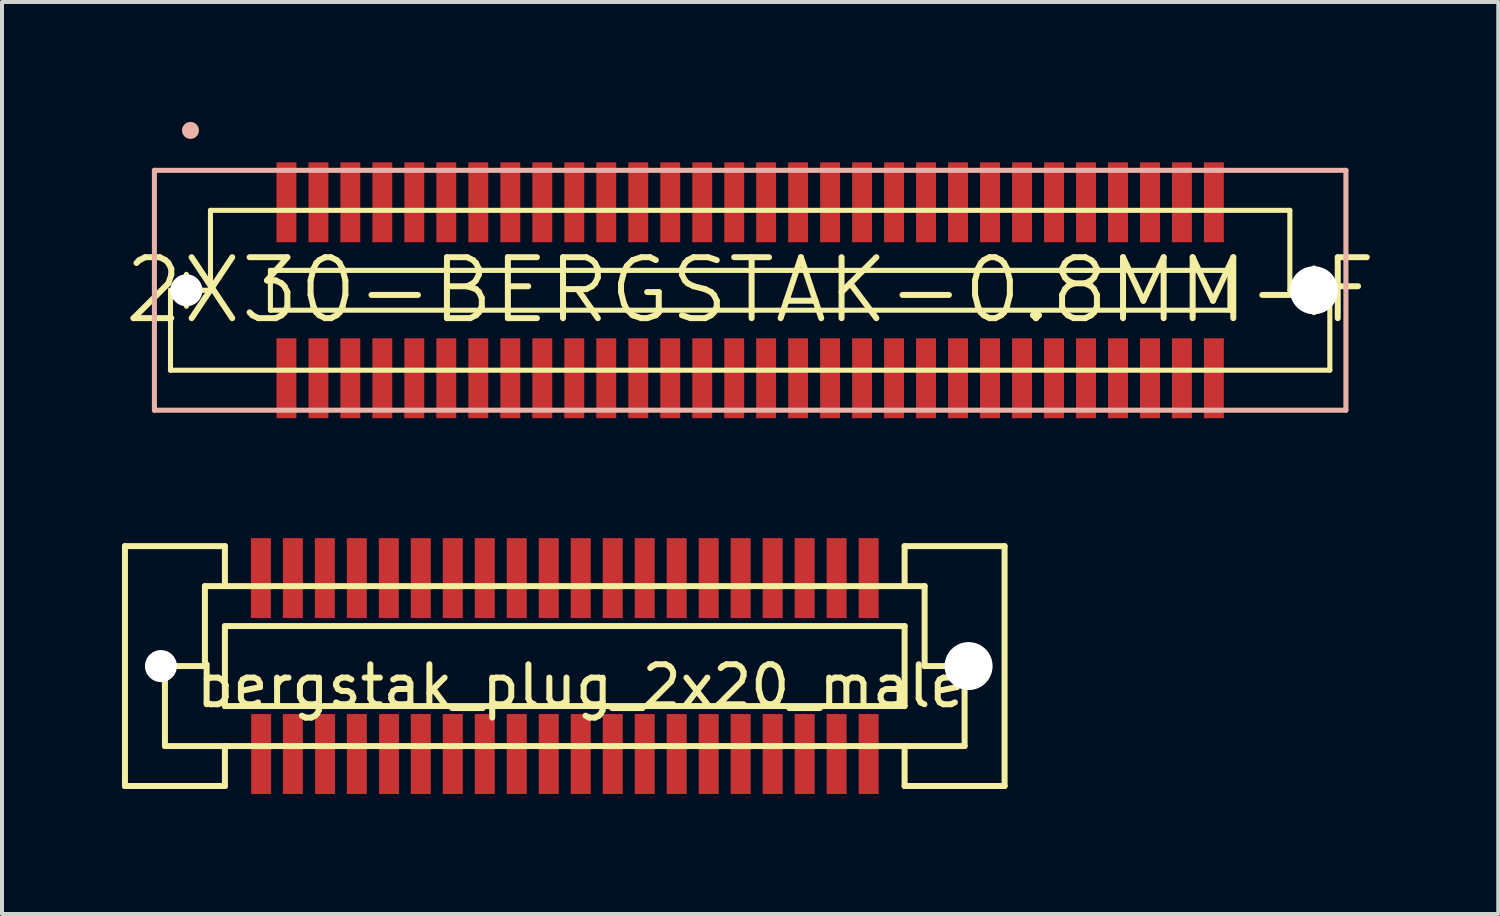
<source format=kicad_pcb>
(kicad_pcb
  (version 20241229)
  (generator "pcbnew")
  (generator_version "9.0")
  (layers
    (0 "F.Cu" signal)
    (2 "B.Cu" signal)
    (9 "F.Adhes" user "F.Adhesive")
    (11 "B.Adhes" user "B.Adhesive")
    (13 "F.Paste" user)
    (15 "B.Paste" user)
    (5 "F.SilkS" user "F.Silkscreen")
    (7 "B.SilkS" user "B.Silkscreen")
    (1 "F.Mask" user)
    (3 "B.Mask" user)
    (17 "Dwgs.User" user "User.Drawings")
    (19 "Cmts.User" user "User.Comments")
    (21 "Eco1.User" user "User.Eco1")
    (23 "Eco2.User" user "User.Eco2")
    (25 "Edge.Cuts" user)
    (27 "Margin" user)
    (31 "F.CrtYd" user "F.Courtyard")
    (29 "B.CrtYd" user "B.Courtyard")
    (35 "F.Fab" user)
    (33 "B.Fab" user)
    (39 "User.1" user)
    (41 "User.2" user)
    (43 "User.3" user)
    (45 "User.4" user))
  (footprint "bergstak_plug_2x20_male"
    (layer "F.Cu")
    (at 11.075 13.609)
    (property "Reference" "bergstak_plug_2x20_male" (at 0.4 0.5 0) (layer "F.SilkS") (effects (font (size 1 1) (thickness 0.15))))
    (attr through_hole)
    (fp_line (start -11 -3) (end -8.5 -3) (stroke (width 0.15) (type solid)) (layer "F.SilkS"))
    (fp_line (start -11 3) (end -11 -3) (stroke (width 0.15) (type solid)) (layer "F.SilkS"))
    (fp_line (start -10 0) (end -10 2) (stroke (width 0.15) (type solid)) (layer "F.SilkS"))
    (fp_line (start -10 2) (end -8.5 2) (stroke (width 0.15) (type solid)) (layer "F.SilkS"))
    (fp_line (start -9 -2) (end -9 0) (stroke (width 0.15) (type solid)) (layer "F.SilkS"))
    (fp_line (start -9 0) (end -10 0) (stroke (width 0.15) (type solid)) (layer "F.SilkS"))
    (fp_line (start -8.5 -3) (end -8.5 -2) (stroke (width 0.15) (type solid)) (layer "F.SilkS"))
    (fp_line (start -8.5 -2) (end -9 -2) (stroke (width 0.15) (type solid)) (layer "F.SilkS"))
    (fp_line (start -8.5 -2) (end 8.5 -2) (stroke (width 0.15) (type solid)) (layer "F.SilkS"))
    (fp_line (start -8.5 -1) (end -8.5 1) (stroke (width 0.15) (type solid)) (layer "F.SilkS"))
    (fp_line (start -8.5 1) (end 8.5 1) (stroke (width 0.15) (type solid)) (layer "F.SilkS"))
    (fp_line (start -8.5 2) (end -8.5 3) (stroke (width 0.15) (type solid)) (layer "F.SilkS"))
    (fp_line (start -8.5 3) (end -11 3) (stroke (width 0.15) (type solid)) (layer "F.SilkS"))
    (fp_line (start 8.5 -3) (end 11 -3) (stroke (width 0.15) (type solid)) (layer "F.SilkS"))
    (fp_line (start 8.5 -2) (end 8.5 -3) (stroke (width 0.15) (type solid)) (layer "F.SilkS"))
    (fp_line (start 8.5 -1) (end -8.5 -1) (stroke (width 0.15) (type solid)) (layer "F.SilkS"))
    (fp_line (start 8.5 1) (end 8.5 -1) (stroke (width 0.15) (type solid)) (layer "F.SilkS"))
    (fp_line (start 8.5 2) (end -8.5 2) (stroke (width 0.15) (type solid)) (layer "F.SilkS"))
    (fp_line (start 8.5 2) (end 10 2) (stroke (width 0.15) (type solid)) (layer "F.SilkS"))
    (fp_line (start 8.5 3) (end 8.5 2) (stroke (width 0.15) (type solid)) (layer "F.SilkS"))
    (fp_line (start 9 -2) (end 8.5 -2) (stroke (width 0.15) (type solid)) (layer "F.SilkS"))
    (fp_line (start 9 0) (end 9 -2) (stroke (width 0.15) (type solid)) (layer "F.SilkS"))
    (fp_line (start 9.5 0) (end 9 0) (stroke (width 0.15) (type solid)) (layer "F.SilkS"))
    (fp_line (start 10 0) (end 9.5 0) (stroke (width 0.15) (type solid)) (layer "F.SilkS"))
    (fp_line (start 10 0.5) (end 10 0) (stroke (width 0.15) (type solid)) (layer "F.SilkS"))
    (fp_line (start 10 2) (end 10 0.5) (stroke (width 0.15) (type solid)) (layer "F.SilkS"))
    (fp_line (start 11 -3) (end 11 3) (stroke (width 0.15) (type solid)) (layer "F.SilkS"))
    (fp_line (start 11 3) (end 8.5 3) (stroke (width 0.15) (type solid)) (layer "F.SilkS"))
    (pad "" np_thru_hole circle (at -10.1 0) (size 0.8 0.8) (drill 0.8) (layers "*.Cu" "*.Mask"))
    (pad "" np_thru_hole circle (at 10.1 0) (size 1.2 1.2) (drill 1.2) (layers "*.Cu" "*.Mask"))
    (pad "1" smd rect (at -7.6 -2.2 180) (size 0.5 2) (layers "F.Cu" "F.Mask" "F.Paste"))
    (pad "2" smd rect (at -7.594 2.2 180) (size 0.5 2) (layers "F.Cu" "F.Mask" "F.Paste"))
    (pad "3" smd rect (at -6.8 -2.2 180) (size 0.5 2) (layers "F.Cu" "F.Mask" "F.Paste"))
    (pad "4" smd rect (at -6.8 2.2 180) (size 0.5 2) (layers "F.Cu" "F.Mask" "F.Paste"))
    (pad "5" smd rect (at -6 -2.2 180) (size 0.5 2) (layers "F.Cu" "F.Mask" "F.Paste"))
    (pad "6" smd rect (at -5.994 2.2 180) (size 0.5 2) (layers "F.Cu" "F.Mask" "F.Paste"))
    (pad "7" smd rect (at -5.2 -2.2 180) (size 0.5 2) (layers "F.Cu" "F.Mask" "F.Paste"))
    (pad "8" smd rect (at -5.2 2.2 180) (size 0.5 2) (layers "F.Cu" "F.Mask" "F.Paste"))
    (pad "9" smd rect (at -4.4 -2.2 180) (size 0.5 2) (layers "F.Cu" "F.Mask" "F.Paste"))
    (pad "10" smd rect (at -4.394 2.2 180) (size 0.5 2) (layers "F.Cu" "F.Mask" "F.Paste"))
    (pad "11" smd rect (at -3.6 -2.2 180) (size 0.5 2) (layers "F.Cu" "F.Mask" "F.Paste"))
    (pad "12" smd rect (at -3.6 2.2 180) (size 0.5 2) (layers "F.Cu" "F.Mask" "F.Paste"))
    (pad "13" smd rect (at -2.8 -2.2 180) (size 0.5 2) (layers "F.Cu" "F.Mask" "F.Paste"))
    (pad "14" smd rect (at -2.8 2.2 180) (size 0.5 2) (layers "F.Cu" "F.Mask" "F.Paste"))
    (pad "15" smd rect (at -2 -2.2 180) (size 0.5 2) (layers "F.Cu" "F.Mask" "F.Paste"))
    (pad "16" smd rect (at -2 2.2 180) (size 0.5 2) (layers "F.Cu" "F.Mask" "F.Paste"))
    (pad "17" smd rect (at -1.2 -2.2 180) (size 0.5 2) (layers "F.Cu" "F.Mask" "F.Paste"))
    (pad "18" smd rect (at -1.2 2.2 180) (size 0.5 2) (layers "F.Cu" "F.Mask" "F.Paste"))
    (pad "19" smd rect (at -0.4 -2.2 180) (size 0.5 2) (layers "F.Cu" "F.Mask" "F.Paste"))
    (pad "20" smd rect (at -0.4 2.2 180) (size 0.5 2) (layers "F.Cu" "F.Mask" "F.Paste"))
    (pad "21" smd rect (at 0.4 -2.2 180) (size 0.5 2) (layers "F.Cu" "F.Mask" "F.Paste"))
    (pad "22" smd rect (at 0.4 2.2 180) (size 0.5 2) (layers "F.Cu" "F.Mask" "F.Paste"))
    (pad "23" smd rect (at 1.2 -2.2 180) (size 0.5 2) (layers "F.Cu" "F.Mask" "F.Paste"))
    (pad "24" smd rect (at 1.2 2.2 180) (size 0.5 2) (layers "F.Cu" "F.Mask" "F.Paste"))
    (pad "25" smd rect (at 2 -2.2 180) (size 0.5 2) (layers "F.Cu" "F.Mask" "F.Paste"))
    (pad "26" smd rect (at 2 2.2 180) (size 0.5 2) (layers "F.Cu" "F.Mask" "F.Paste"))
    (pad "27" smd rect (at 2.8 -2.2 180) (size 0.5 2) (layers "F.Cu" "F.Mask" "F.Paste"))
    (pad "28" smd rect (at 2.8 2.2 180) (size 0.5 2) (layers "F.Cu" "F.Mask" "F.Paste"))
    (pad "29" smd rect (at 3.6 -2.2 180) (size 0.5 2) (layers "F.Cu" "F.Mask" "F.Paste"))
    (pad "30" smd rect (at 3.6 2.2 180) (size 0.5 2) (layers "F.Cu" "F.Mask" "F.Paste"))
    (pad "31" smd rect (at 4.4 -2.2 180) (size 0.5 2) (layers "F.Cu" "F.Mask" "F.Paste"))
    (pad "32" smd rect (at 4.4 2.2 180) (size 0.5 2) (layers "F.Cu" "F.Mask" "F.Paste"))
    (pad "33" smd rect (at 5.2 -2.2 180) (size 0.5 2) (layers "F.Cu" "F.Mask" "F.Paste"))
    (pad "34" smd rect (at 5.2 2.2 180) (size 0.5 2) (layers "F.Cu" "F.Mask" "F.Paste"))
    (pad "35" smd rect (at 6 -2.2 180) (size 0.5 2) (layers "F.Cu" "F.Mask" "F.Paste"))
    (pad "36" smd rect (at 6 2.2 180) (size 0.5 2) (layers "F.Cu" "F.Mask" "F.Paste"))
    (pad "37" smd rect (at 6.8 -2.2 180) (size 0.5 2) (layers "F.Cu" "F.Mask" "F.Paste"))
    (pad "38" smd rect (at 6.8 2.2 180) (size 0.5 2) (layers "F.Cu" "F.Mask" "F.Paste"))
    (pad "39" smd rect (at 7.6 -2.2 180) (size 0.5 2) (layers "F.Cu" "F.Mask" "F.Paste"))
    (pad "40" smd rect (at 7.6 2.2 180) (size 0.5 2) (layers "F.Cu" "F.Mask" "F.Paste")))
  (footprint "2X30-BERGSTAK-0.8MM-F"
    (layer "F.Cu")
    (at 15.712 4.21)
    (property "Reference" "2X30-BERGSTAK-0.8MM-F" (at 0 0 0) (layer "F.SilkS") (effects (font (size 1.524 1.524) (thickness 0.15))))
    (attr smd)
    (fp_line (start -14.498 0) (end -13.698 0) (stroke (width 0.127) (type solid)) (layer "F.SilkS"))
    (fp_line (start -14.498 0) (end -13.498 0) (stroke (width 0.127) (type solid)) (layer "F.SilkS"))
    (fp_line (start -14.498 1.999) (end -14.498 0) (stroke (width 0.127) (type solid)) (layer "F.SilkS"))
    (fp_line (start -14.1 0.399) (end -14.1 -0.399) (stroke (width 0.127) (type solid)) (layer "F.SilkS"))
    (fp_line (start -13.498 -1.999) (end 13.498 -1.999) (stroke (width 0.127) (type solid)) (layer "F.SilkS"))
    (fp_line (start -13.498 0) (end -13.498 -1.999) (stroke (width 0.127) (type solid)) (layer "F.SilkS"))
    (fp_line (start -11.999 -0.498) (end 11.999 -0.498) (stroke (width 0.127) (type solid)) (layer "F.SilkS"))
    (fp_line (start -11.999 0.498) (end -11.999 -0.498) (stroke (width 0.127) (type solid)) (layer "F.SilkS"))
    (fp_line (start 11.999 -0.498) (end 11.999 0.498) (stroke (width 0.127) (type solid)) (layer "F.SilkS"))
    (fp_line (start 11.999 0.498) (end -11.999 0.498) (stroke (width 0.127) (type solid)) (layer "F.SilkS"))
    (fp_line (start 13.498 -1.999) (end 13.498 0) (stroke (width 0.127) (type solid)) (layer "F.SilkS"))
    (fp_line (start 13.498 0) (end 14.498 0) (stroke (width 0.127) (type solid)) (layer "F.SilkS"))
    (fp_line (start 13.538 0) (end 14.658 0) (stroke (width 0.127) (type solid)) (layer "F.SilkS"))
    (fp_line (start 14.1 0.559) (end 14.1 -0.559) (stroke (width 0.127) (type solid)) (layer "F.SilkS"))
    (fp_line (start 14.498 0) (end 14.498 1.999) (stroke (width 0.127) (type solid)) (layer "F.SilkS"))
    (fp_line (start 14.498 1.999) (end -14.498 1.999) (stroke (width 0.127) (type solid)) (layer "F.SilkS"))
    (fp_circle (center -14.1 0) (end -14.298 0.198) (stroke (width 0.127) (type solid)) (fill no) (layer "F.SilkS"))
    (fp_circle (center 14.1 0) (end 14.379 0.279) (stroke (width 0.127) (type solid)) (fill no) (layer "F.SilkS"))
    (fp_line (start -14.9 -3) (end 14.9 -3) (stroke (width 0.127) (type solid)) (layer "B.SilkS"))
    (fp_line (start -14.9 3) (end -14.9 -3) (stroke (width 0.127) (type solid)) (layer "B.SilkS"))
    (fp_line (start 14.9 -3) (end 14.9 3) (stroke (width 0.127) (type solid)) (layer "B.SilkS"))
    (fp_line (start 14.9 3) (end -14.9 3) (stroke (width 0.127) (type solid)) (layer "B.SilkS"))
    (fp_circle (center -13.998 -3.998) (end -14.148 -4.148) (stroke (width 0) (type solid)) (fill yes) (layer "B.SilkS"))
    (pad "" np_thru_hole circle (at -14.1 0) (size 0.8 0.8) (drill 0.8) (layers "*.Cu" "*.Mask"))
    (pad "" np_thru_hole circle (at 14.1 0) (size 1.2 1.2) (drill 1.2) (layers "*.Cu" "*.Mask"))
    (pad "1" smd rect (at -11.598 -2.2 90) (size 1.999 0.498) (layers "F.Cu" "F.Mask" "F.Paste"))
    (pad "2" smd rect (at -11.598 2.2 90) (size 1.999 0.498) (layers "F.Cu" "F.Mask" "F.Paste"))
    (pad "3" smd rect (at -10.798 -2.2 90) (size 1.999 0.498) (layers "F.Cu" "F.Mask" "F.Paste"))
    (pad "4" smd rect (at -10.798 2.2 90) (size 1.999 0.498) (layers "F.Cu" "F.Mask" "F.Paste"))
    (pad "5" smd rect (at -10 -2.2 90) (size 1.999 0.498) (layers "F.Cu" "F.Mask" "F.Paste"))
    (pad "6" smd rect (at -10 2.2 90) (size 1.999 0.498) (layers "F.Cu" "F.Mask" "F.Paste"))
    (pad "7" smd rect (at -9.2 -2.2 90) (size 1.999 0.498) (layers "F.Cu" "F.Mask" "F.Paste"))
    (pad "8" smd rect (at -9.2 2.2 90) (size 1.999 0.498) (layers "F.Cu" "F.Mask" "F.Paste"))
    (pad "9" smd rect (at -8.4 -2.2 90) (size 1.999 0.498) (layers "F.Cu" "F.Mask" "F.Paste"))
    (pad "10" smd rect (at -8.4 2.2 90) (size 1.999 0.498) (layers "F.Cu" "F.Mask" "F.Paste"))
    (pad "11" smd rect (at -7.6 -2.2 90) (size 1.999 0.498) (layers "F.Cu" "F.Mask" "F.Paste"))
    (pad "12" smd rect (at -7.6 2.2 90) (size 1.999 0.498) (layers "F.Cu" "F.Mask" "F.Paste"))
    (pad "13" smd rect (at -6.8 -2.2 90) (size 1.999 0.498) (layers "F.Cu" "F.Mask" "F.Paste"))
    (pad "14" smd rect (at -6.8 2.2 90) (size 1.999 0.498) (layers "F.Cu" "F.Mask" "F.Paste"))
    (pad "15" smd rect (at -5.999 -2.2 90) (size 1.999 0.498) (layers "F.Cu" "F.Mask" "F.Paste"))
    (pad "16" smd rect (at -5.999 2.2 90) (size 1.999 0.498) (layers "F.Cu" "F.Mask" "F.Paste"))
    (pad "17" smd rect (at -5.199 -2.2 90) (size 1.999 0.498) (layers "F.Cu" "F.Mask" "F.Paste"))
    (pad "18" smd rect (at -5.199 2.2 90) (size 1.999 0.498) (layers "F.Cu" "F.Mask" "F.Paste"))
    (pad "19" smd rect (at -4.399 -2.2 90) (size 1.999 0.498) (layers "F.Cu" "F.Mask" "F.Paste"))
    (pad "20" smd rect (at -4.399 2.2 90) (size 1.999 0.498) (layers "F.Cu" "F.Mask" "F.Paste"))
    (pad "21" smd rect (at -3.599 -2.2 90) (size 1.999 0.498) (layers "F.Cu" "F.Mask" "F.Paste"))
    (pad "22" smd rect (at -3.599 2.2 90) (size 1.999 0.498) (layers "F.Cu" "F.Mask" "F.Paste"))
    (pad "23" smd rect (at -2.799 -2.2 90) (size 1.999 0.498) (layers "F.Cu" "F.Mask" "F.Paste"))
    (pad "24" smd rect (at -2.799 2.2 90) (size 1.999 0.498) (layers "F.Cu" "F.Mask" "F.Paste"))
    (pad "25" smd rect (at -1.999 -2.2 90) (size 1.999 0.498) (layers "F.Cu" "F.Mask" "F.Paste"))
    (pad "26" smd rect (at -1.999 2.2 90) (size 1.999 0.498) (layers "F.Cu" "F.Mask" "F.Paste"))
    (pad "27" smd rect (at -1.199 -2.2 90) (size 1.999 0.498) (layers "F.Cu" "F.Mask" "F.Paste"))
    (pad "28" smd rect (at -1.199 2.2 90) (size 1.999 0.498) (layers "F.Cu" "F.Mask" "F.Paste"))
    (pad "29" smd rect (at -0.399 -2.2 90) (size 1.999 0.498) (layers "F.Cu" "F.Mask" "F.Paste"))
    (pad "30" smd rect (at -0.399 2.2 90) (size 1.999 0.498) (layers "F.Cu" "F.Mask" "F.Paste"))
    (pad "31" smd rect (at 0.399 -2.2 90) (size 1.999 0.498) (layers "F.Cu" "F.Mask" "F.Paste"))
    (pad "32" smd rect (at 0.399 2.2 90) (size 1.999 0.498) (layers "F.Cu" "F.Mask" "F.Paste"))
    (pad "33" smd rect (at 1.199 -2.2 90) (size 1.999 0.498) (layers "F.Cu" "F.Mask" "F.Paste"))
    (pad "34" smd rect (at 1.199 2.2 90) (size 1.999 0.498) (layers "F.Cu" "F.Mask" "F.Paste"))
    (pad "35" smd rect (at 1.999 -2.2 90) (size 1.999 0.498) (layers "F.Cu" "F.Mask" "F.Paste"))
    (pad "36" smd rect (at 1.999 2.2 90) (size 1.999 0.498) (layers "F.Cu" "F.Mask" "F.Paste"))
    (pad "37" smd rect (at 2.799 -2.2 90) (size 1.999 0.498) (layers "F.Cu" "F.Mask" "F.Paste"))
    (pad "38" smd rect (at 2.799 2.2 90) (size 1.999 0.498) (layers "F.Cu" "F.Mask" "F.Paste"))
    (pad "39" smd rect (at 3.599 -2.2 90) (size 1.999 0.498) (layers "F.Cu" "F.Mask" "F.Paste"))
    (pad "40" smd rect (at 3.599 2.2 90) (size 1.999 0.498) (layers "F.Cu" "F.Mask" "F.Paste"))
    (pad "41" smd rect (at 4.399 -2.2 90) (size 1.999 0.498) (layers "F.Cu" "F.Mask" "F.Paste"))
    (pad "42" smd rect (at 4.399 2.2 90) (size 1.999 0.498) (layers "F.Cu" "F.Mask" "F.Paste"))
    (pad "43" smd rect (at 5.199 -2.2 90) (size 1.999 0.498) (layers "F.Cu" "F.Mask" "F.Paste"))
    (pad "44" smd rect (at 5.199 2.2 90) (size 1.999 0.498) (layers "F.Cu" "F.Mask" "F.Paste"))
    (pad "45" smd rect (at 5.999 -2.2 90) (size 1.999 0.498) (layers "F.Cu" "F.Mask" "F.Paste"))
    (pad "46" smd rect (at 5.999 2.2 90) (size 1.999 0.498) (layers "F.Cu" "F.Mask" "F.Paste"))
    (pad "47" smd rect (at 6.8 -2.2 90) (size 1.999 0.498) (layers "F.Cu" "F.Mask" "F.Paste"))
    (pad "48" smd rect (at 6.8 2.2 90) (size 1.999 0.498) (layers "F.Cu" "F.Mask" "F.Paste"))
    (pad "49" smd rect (at 7.6 -2.2 90) (size 1.999 0.498) (layers "F.Cu" "F.Mask" "F.Paste"))
    (pad "50" smd rect (at 7.6 2.2 90) (size 1.999 0.498) (layers "F.Cu" "F.Mask" "F.Paste"))
    (pad "51" smd rect (at 8.4 -2.2 90) (size 1.999 0.498) (layers "F.Cu" "F.Mask" "F.Paste"))
    (pad "52" smd rect (at 8.4 2.2 90) (size 1.999 0.498) (layers "F.Cu" "F.Mask" "F.Paste"))
    (pad "53" smd rect (at 9.2 -2.2 90) (size 1.999 0.498) (layers "F.Cu" "F.Mask" "F.Paste"))
    (pad "54" smd rect (at 9.2 2.2 90) (size 1.999 0.498) (layers "F.Cu" "F.Mask" "F.Paste"))
    (pad "55" smd rect (at 10 -2.2 90) (size 1.999 0.498) (layers "F.Cu" "F.Mask" "F.Paste"))
    (pad "56" smd rect (at 10 2.2 90) (size 1.999 0.498) (layers "F.Cu" "F.Mask" "F.Paste"))
    (pad "57" smd rect (at 10.798 -2.2 90) (size 1.999 0.498) (layers "F.Cu" "F.Mask" "F.Paste"))
    (pad "58" smd rect (at 10.798 2.2 90) (size 1.999 0.498) (layers "F.Cu" "F.Mask" "F.Paste"))
    (pad "59" smd rect (at 11.598 -2.2 90) (size 1.999 0.498) (layers "F.Cu" "F.Mask" "F.Paste"))
    (pad "60" smd rect (at 11.598 2.2 90) (size 1.999 0.498) (layers "F.Cu" "F.Mask" "F.Paste")))
  (gr_rect
    (start -3 -3)
    (end 34.423 19.809)
    (stroke (width 0.1) (type default))
    (fill no)
    (layer "Edge.Cuts")))
</source>
